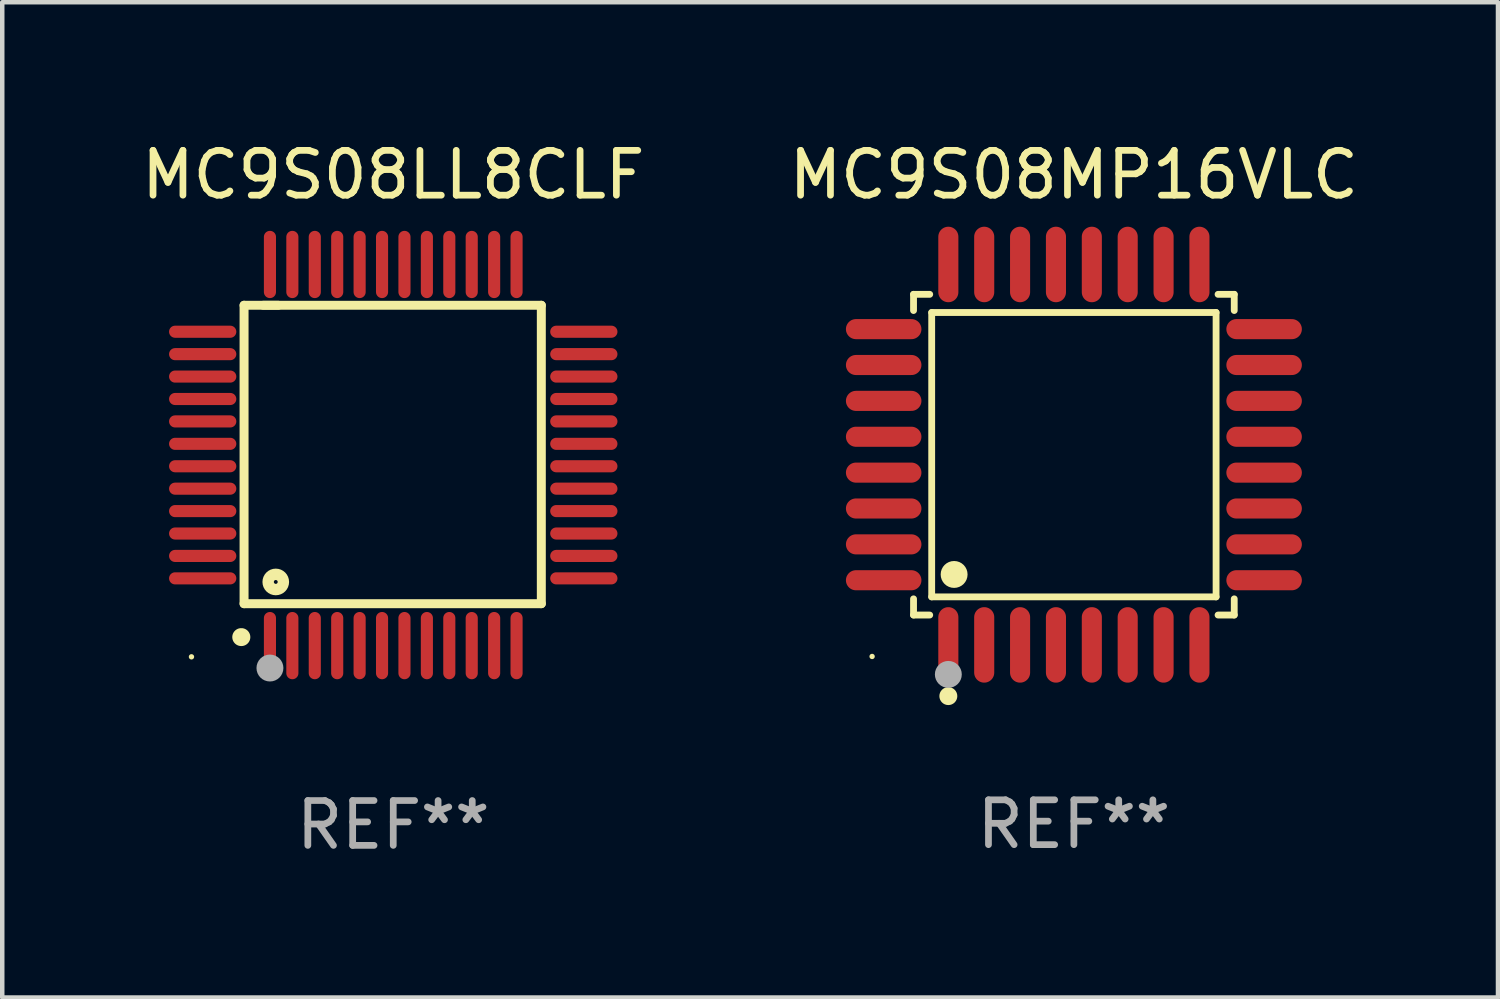
<source format=kicad_pcb>
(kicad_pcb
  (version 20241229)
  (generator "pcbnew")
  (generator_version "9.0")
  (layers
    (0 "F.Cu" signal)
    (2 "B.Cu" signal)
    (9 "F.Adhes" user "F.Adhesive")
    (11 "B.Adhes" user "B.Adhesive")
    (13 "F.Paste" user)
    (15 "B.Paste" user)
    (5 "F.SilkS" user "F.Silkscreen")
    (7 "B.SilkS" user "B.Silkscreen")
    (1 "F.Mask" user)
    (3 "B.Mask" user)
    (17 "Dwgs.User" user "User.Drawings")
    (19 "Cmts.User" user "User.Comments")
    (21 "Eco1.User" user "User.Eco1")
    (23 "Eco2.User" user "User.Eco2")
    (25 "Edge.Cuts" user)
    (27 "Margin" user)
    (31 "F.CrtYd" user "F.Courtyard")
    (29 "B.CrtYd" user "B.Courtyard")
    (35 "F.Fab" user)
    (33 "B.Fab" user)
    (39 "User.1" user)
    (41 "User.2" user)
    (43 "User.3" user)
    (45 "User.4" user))
  (footprint "MC9S08LL8CLF"
    (layer "F.Cu")
    (at 5.72 7.098)
    (property "Reference" "MC9S08LL8CLF" (at 0 -6.25 0) (layer "F.SilkS") (effects (font (size 1 1) (thickness 0.15))))
    (attr through_hole)
    (fp_line (start -3.327 -3.34) (end -2.565 -3.34) (stroke (width 0.2) (type solid)) (layer "F.SilkS"))
    (fp_line (start -3.327 3.315) (end -3.327 -3.34) (stroke (width 0.2) (type solid)) (layer "F.SilkS"))
    (fp_line (start -2.896 -3.34) (end 3.302 -3.34) (stroke (width 0.2) (type solid)) (layer "F.SilkS"))
    (fp_line (start 3.302 -3.34) (end 3.302 3.315) (stroke (width 0.2) (type solid)) (layer "F.SilkS"))
    (fp_line (start 3.302 3.315) (end -3.327 3.315) (stroke (width 0.2) (type solid)) (layer "F.SilkS"))
    (fp_arc (start -3.389992 4.059995) (mid -3.388722 4.059991) (end -3.387452 4.059995) (stroke (width 0.4) (type solid)) (layer "F.SilkS"))
    (fp_circle (center -4.5 4.5) (end -4.47 4.5) (stroke (width 0.06) (type solid)) (fill no) (layer "F.SilkS"))
    (fp_circle (center -2.62 2.83) (end -2.45 2.83) (stroke (width 0.254) (type solid)) (fill no) (layer "F.SilkS"))
    (fp_circle (center -2.75 4.75) (end -2.6 4.75) (stroke (width 0.3) (type solid)) (fill no) (layer "F.Fab"))
    (fp_text user "REF**" (at 0 8.25 0) (layer "F.Fab") (effects (font (size 1 1) (thickness 0.15))))
    (pad "1" smd oval (at -2.75 4.25) (size 0.27 1.5) (layers "F.Cu" "F.Mask" "F.Paste"))
    (pad "2" smd oval (at -2.25 4.25) (size 0.27 1.5) (layers "F.Cu" "F.Mask" "F.Paste"))
    (pad "3" smd oval (at -1.75 4.25) (size 0.27 1.5) (layers "F.Cu" "F.Mask" "F.Paste"))
    (pad "4" smd oval (at -1.25 4.25) (size 0.27 1.5) (layers "F.Cu" "F.Mask" "F.Paste"))
    (pad "5" smd oval (at -0.75 4.25) (size 0.27 1.5) (layers "F.Cu" "F.Mask" "F.Paste"))
    (pad "6" smd oval (at -0.25 4.25) (size 0.27 1.5) (layers "F.Cu" "F.Mask" "F.Paste"))
    (pad "7" smd oval (at 0.25 4.25) (size 0.27 1.5) (layers "F.Cu" "F.Mask" "F.Paste"))
    (pad "8" smd oval (at 0.75 4.25) (size 0.27 1.5) (layers "F.Cu" "F.Mask" "F.Paste"))
    (pad "9" smd oval (at 1.25 4.25) (size 0.27 1.5) (layers "F.Cu" "F.Mask" "F.Paste"))
    (pad "10" smd oval (at 1.75 4.25) (size 0.27 1.5) (layers "F.Cu" "F.Mask" "F.Paste"))
    (pad "11" smd oval (at 2.25 4.25) (size 0.27 1.5) (layers "F.Cu" "F.Mask" "F.Paste"))
    (pad "12" smd oval (at 2.75 4.25) (size 0.27 1.5) (layers "F.Cu" "F.Mask" "F.Paste"))
    (pad "13" smd oval (at 4.25 2.75) (size 1.5 0.27) (layers "F.Cu" "F.Mask" "F.Paste"))
    (pad "14" smd oval (at 4.25 2.25) (size 1.5 0.27) (layers "F.Cu" "F.Mask" "F.Paste"))
    (pad "15" smd oval (at 4.25 1.75) (size 1.5 0.27) (layers "F.Cu" "F.Mask" "F.Paste"))
    (pad "16" smd oval (at 4.25 1.25) (size 1.5 0.27) (layers "F.Cu" "F.Mask" "F.Paste"))
    (pad "17" smd oval (at 4.25 0.75) (size 1.5 0.27) (layers "F.Cu" "F.Mask" "F.Paste"))
    (pad "18" smd oval (at 4.25 0.25) (size 1.5 0.27) (layers "F.Cu" "F.Mask" "F.Paste"))
    (pad "19" smd oval (at 4.25 -0.25) (size 1.5 0.27) (layers "F.Cu" "F.Mask" "F.Paste"))
    (pad "20" smd oval (at 4.25 -0.75) (size 1.5 0.27) (layers "F.Cu" "F.Mask" "F.Paste"))
    (pad "21" smd oval (at 4.25 -1.25) (size 1.5 0.27) (layers "F.Cu" "F.Mask" "F.Paste"))
    (pad "22" smd oval (at 4.25 -1.75) (size 1.5 0.27) (layers "F.Cu" "F.Mask" "F.Paste"))
    (pad "23" smd oval (at 4.25 -2.25) (size 1.5 0.27) (layers "F.Cu" "F.Mask" "F.Paste"))
    (pad "24" smd oval (at 4.25 -2.75) (size 1.5 0.27) (layers "F.Cu" "F.Mask" "F.Paste"))
    (pad "25" smd oval (at 2.75 -4.25) (size 0.27 1.5) (layers "F.Cu" "F.Mask" "F.Paste"))
    (pad "26" smd oval (at 2.25 -4.25) (size 0.27 1.5) (layers "F.Cu" "F.Mask" "F.Paste"))
    (pad "27" smd oval (at 1.75 -4.25) (size 0.27 1.5) (layers "F.Cu" "F.Mask" "F.Paste"))
    (pad "28" smd oval (at 1.25 -4.25) (size 0.27 1.5) (layers "F.Cu" "F.Mask" "F.Paste"))
    (pad "29" smd oval (at 0.75 -4.25) (size 0.27 1.5) (layers "F.Cu" "F.Mask" "F.Paste"))
    (pad "30" smd oval (at 0.25 -4.25) (size 0.27 1.5) (layers "F.Cu" "F.Mask" "F.Paste"))
    (pad "31" smd oval (at -0.25 -4.25) (size 0.27 1.5) (layers "F.Cu" "F.Mask" "F.Paste"))
    (pad "32" smd oval (at -0.75 -4.25) (size 0.27 1.5) (layers "F.Cu" "F.Mask" "F.Paste"))
    (pad "33" smd oval (at -1.25 -4.25) (size 0.27 1.5) (layers "F.Cu" "F.Mask" "F.Paste"))
    (pad "34" smd oval (at -1.75 -4.25) (size 0.27 1.5) (layers "F.Cu" "F.Mask" "F.Paste"))
    (pad "35" smd oval (at -2.25 -4.25) (size 0.27 1.5) (layers "F.Cu" "F.Mask" "F.Paste"))
    (pad "36" smd oval (at -2.75 -4.25) (size 0.27 1.5) (layers "F.Cu" "F.Mask" "F.Paste"))
    (pad "37" smd oval (at -4.25 -2.75) (size 1.5 0.27) (layers "F.Cu" "F.Mask" "F.Paste"))
    (pad "38" smd oval (at -4.25 -2.25) (size 1.5 0.27) (layers "F.Cu" "F.Mask" "F.Paste"))
    (pad "39" smd oval (at -4.25 -1.75) (size 1.5 0.27) (layers "F.Cu" "F.Mask" "F.Paste"))
    (pad "40" smd oval (at -4.25 -1.25) (size 1.5 0.27) (layers "F.Cu" "F.Mask" "F.Paste"))
    (pad "41" smd oval (at -4.25 -0.75) (size 1.5 0.27) (layers "F.Cu" "F.Mask" "F.Paste"))
    (pad "42" smd oval (at -4.25 -0.25) (size 1.5 0.27) (layers "F.Cu" "F.Mask" "F.Paste"))
    (pad "43" smd oval (at -4.25 0.25) (size 1.5 0.27) (layers "F.Cu" "F.Mask" "F.Paste"))
    (pad "44" smd oval (at -4.25 0.75) (size 1.5 0.27) (layers "F.Cu" "F.Mask" "F.Paste"))
    (pad "45" smd oval (at -4.25 1.25) (size 1.5 0.27) (layers "F.Cu" "F.Mask" "F.Paste"))
    (pad "46" smd oval (at -4.25 1.75) (size 1.5 0.27) (layers "F.Cu" "F.Mask" "F.Paste"))
    (pad "47" smd oval (at -4.25 2.25) (size 1.5 0.27) (layers "F.Cu" "F.Mask" "F.Paste"))
    (pad "48" smd oval (at -4.25 2.75) (size 1.5 0.27) (layers "F.Cu" "F.Mask" "F.Paste")))
  (footprint "MC9S08MP16VLC"
    (layer "F.Cu")
    (at 20.899 7.09)
    (property "Reference" "MC9S08MP16VLC" (at 0 -6.242 0) (layer "F.SilkS") (effects (font (size 1 1) (thickness 0.15))))
    (attr through_hole)
    (fp_line (start -3.576 -3.576) (end -3.215 -3.576) (stroke (width 0.152) (type solid)) (layer "F.SilkS"))
    (fp_line (start -3.576 -3.215) (end -3.576 -3.576) (stroke (width 0.152) (type solid)) (layer "F.SilkS"))
    (fp_line (start -3.576 3.215) (end -3.576 3.576) (stroke (width 0.152) (type solid)) (layer "F.SilkS"))
    (fp_line (start -3.576 3.576) (end -3.215 3.576) (stroke (width 0.152) (type solid)) (layer "F.SilkS"))
    (fp_line (start -3.171 -3.171) (end 3.171 -3.171) (stroke (width 0.152) (type solid)) (layer "F.SilkS"))
    (fp_line (start -3.171 3.171) (end -3.171 -3.171) (stroke (width 0.152) (type solid)) (layer "F.SilkS"))
    (fp_line (start 3.171 -3.171) (end 3.171 3.171) (stroke (width 0.152) (type solid)) (layer "F.SilkS"))
    (fp_line (start 3.171 3.171) (end -3.171 3.171) (stroke (width 0.152) (type solid)) (layer "F.SilkS"))
    (fp_line (start 3.576 -3.576) (end 3.215 -3.576) (stroke (width 0.152) (type solid)) (layer "F.SilkS"))
    (fp_line (start 3.576 -3.215) (end 3.576 -3.576) (stroke (width 0.152) (type solid)) (layer "F.SilkS"))
    (fp_line (start 3.576 3.215) (end 3.576 3.576) (stroke (width 0.152) (type solid)) (layer "F.SilkS"))
    (fp_line (start 3.576 3.576) (end 3.215 3.576) (stroke (width 0.152) (type solid)) (layer "F.SilkS"))
    (fp_circle (center -4.5 4.5) (end -4.47 4.5) (stroke (width 0.06) (type solid)) (fill no) (layer "F.SilkS"))
    (fp_circle (center -2.8 5.384) (end -2.7 5.384) (stroke (width 0.2) (type solid)) (fill no) (layer "F.SilkS"))
    (fp_circle (center -2.671 2.671) (end -2.521 2.671) (stroke (width 0.3) (type solid)) (fill no) (layer "F.SilkS"))
    (fp_circle (center -2.8 4.9) (end -2.65 4.9) (stroke (width 0.3) (type solid)) (fill no) (layer "F.Fab"))
    (fp_text user "REF**" (at 0 8.242 0) (layer "F.Fab") (effects (font (size 1 1) (thickness 0.15))))
    (pad "1" smd oval (at -2.8 4.242) (size 0.448 1.684) (layers "F.Cu" "F.Mask" "F.Paste"))
    (pad "2" smd oval (at -2 4.242) (size 0.448 1.684) (layers "F.Cu" "F.Mask" "F.Paste"))
    (pad "3" smd oval (at -1.2 4.242) (size 0.448 1.684) (layers "F.Cu" "F.Mask" "F.Paste"))
    (pad "4" smd oval (at -0.4 4.242) (size 0.448 1.684) (layers "F.Cu" "F.Mask" "F.Paste"))
    (pad "5" smd oval (at 0.4 4.242) (size 0.448 1.684) (layers "F.Cu" "F.Mask" "F.Paste"))
    (pad "6" smd oval (at 1.2 4.242) (size 0.448 1.684) (layers "F.Cu" "F.Mask" "F.Paste"))
    (pad "7" smd oval (at 2 4.242) (size 0.448 1.684) (layers "F.Cu" "F.Mask" "F.Paste"))
    (pad "8" smd oval (at 2.8 4.242) (size 0.448 1.684) (layers "F.Cu" "F.Mask" "F.Paste"))
    (pad "9" smd oval (at 4.242 2.8) (size 1.684 0.448) (layers "F.Cu" "F.Mask" "F.Paste"))
    (pad "10" smd oval (at 4.242 2) (size 1.684 0.448) (layers "F.Cu" "F.Mask" "F.Paste"))
    (pad "11" smd oval (at 4.242 1.2) (size 1.684 0.448) (layers "F.Cu" "F.Mask" "F.Paste"))
    (pad "12" smd oval (at 4.242 0.4) (size 1.684 0.448) (layers "F.Cu" "F.Mask" "F.Paste"))
    (pad "13" smd oval (at 4.242 -0.4) (size 1.684 0.448) (layers "F.Cu" "F.Mask" "F.Paste"))
    (pad "14" smd oval (at 4.242 -1.2) (size 1.684 0.448) (layers "F.Cu" "F.Mask" "F.Paste"))
    (pad "15" smd oval (at 4.242 -2) (size 1.684 0.448) (layers "F.Cu" "F.Mask" "F.Paste"))
    (pad "16" smd oval (at 4.242 -2.8) (size 1.684 0.448) (layers "F.Cu" "F.Mask" "F.Paste"))
    (pad "17" smd oval (at 2.8 -4.242) (size 0.448 1.684) (layers "F.Cu" "F.Mask" "F.Paste"))
    (pad "18" smd oval (at 2 -4.242) (size 0.448 1.684) (layers "F.Cu" "F.Mask" "F.Paste"))
    (pad "19" smd oval (at 1.2 -4.242) (size 0.448 1.684) (layers "F.Cu" "F.Mask" "F.Paste"))
    (pad "20" smd oval (at 0.4 -4.242) (size 0.448 1.684) (layers "F.Cu" "F.Mask" "F.Paste"))
    (pad "21" smd oval (at -0.4 -4.242) (size 0.448 1.684) (layers "F.Cu" "F.Mask" "F.Paste"))
    (pad "22" smd oval (at -1.2 -4.242) (size 0.448 1.684) (layers "F.Cu" "F.Mask" "F.Paste"))
    (pad "23" smd oval (at -2 -4.242) (size 0.448 1.684) (layers "F.Cu" "F.Mask" "F.Paste"))
    (pad "24" smd oval (at -2.8 -4.242) (size 0.448 1.684) (layers "F.Cu" "F.Mask" "F.Paste"))
    (pad "25" smd oval (at -4.242 -2.8) (size 1.684 0.448) (layers "F.Cu" "F.Mask" "F.Paste"))
    (pad "26" smd oval (at -4.242 -2) (size 1.684 0.448) (layers "F.Cu" "F.Mask" "F.Paste"))
    (pad "27" smd oval (at -4.242 -1.2) (size 1.684 0.448) (layers "F.Cu" "F.Mask" "F.Paste"))
    (pad "28" smd oval (at -4.242 -0.4) (size 1.684 0.448) (layers "F.Cu" "F.Mask" "F.Paste"))
    (pad "29" smd oval (at -4.242 0.4) (size 1.684 0.448) (layers "F.Cu" "F.Mask" "F.Paste"))
    (pad "30" smd oval (at -4.242 1.2) (size 1.684 0.448) (layers "F.Cu" "F.Mask" "F.Paste"))
    (pad "31" smd oval (at -4.242 2) (size 1.684 0.448) (layers "F.Cu" "F.Mask" "F.Paste"))
    (pad "32" smd oval (at -4.242 2.8) (size 1.684 0.448) (layers "F.Cu" "F.Mask" "F.Paste")))
  (gr_rect
    (start -3 -3)
    (end 30.357 19.196)
    (stroke (width 0.1) (type default))
    (fill no)
    (layer "Edge.Cuts")))
</source>
